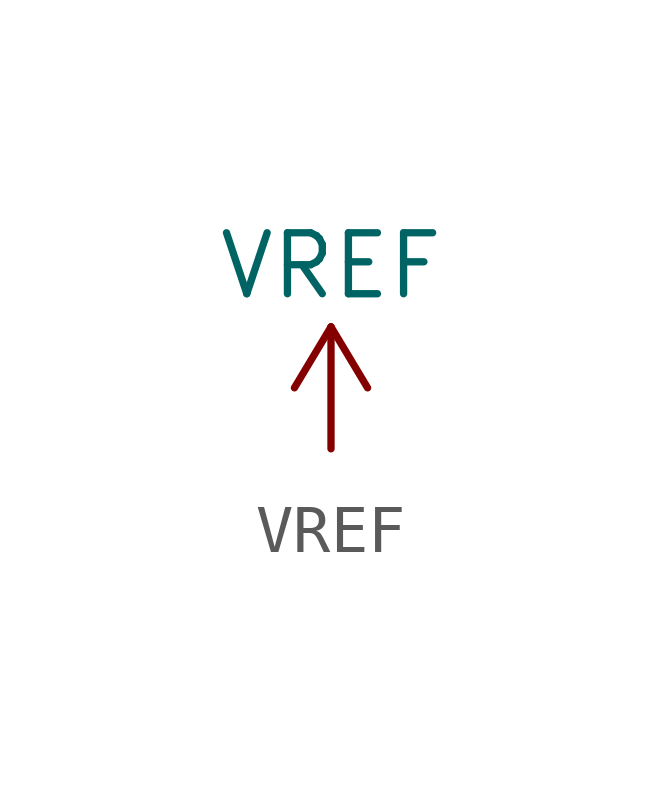
<source format=kicad_sym>
(kicad_symbol_lib
  (version 20211014)
  (generator kicad_symbol_editor)
  (symbol "VREF"
    (power)
    (pin_names
      (offset 0))
    (property "Reference" "#PWR"
      (at 0 -3.81 0)
      (effects (font (size 1.27 1.27)) hide))
    (property "Value" "VREF"
      (at 0 3.81 0)
      (effects (font (size 1.27 1.27))))
    (symbol "VREF_0_1"
      (polyline (pts (xy -0.762 1.27) (xy 0 2.54)) (stroke (width 0) (type default) (color 0 0 0 0)) (fill (type none)))
      (polyline (pts (xy 0 0) (xy 0 2.54)) (stroke (width 0) (type default) (color 0 0 0 0)) (fill (type none)))
      (polyline (pts (xy 0 2.54) (xy 0.762 1.27)) (stroke (width 0) (type default) (color 0 0 0 0)) (fill (type none))))
    (symbol "VREF_1_1"
      (pin power_in line (at 0 0 90) (length 0) hide (name "VREF" (effects (font (size 1.27 1.27)))) (number "1" (effects (font (size 1.27 1.27))))))))
</source>
